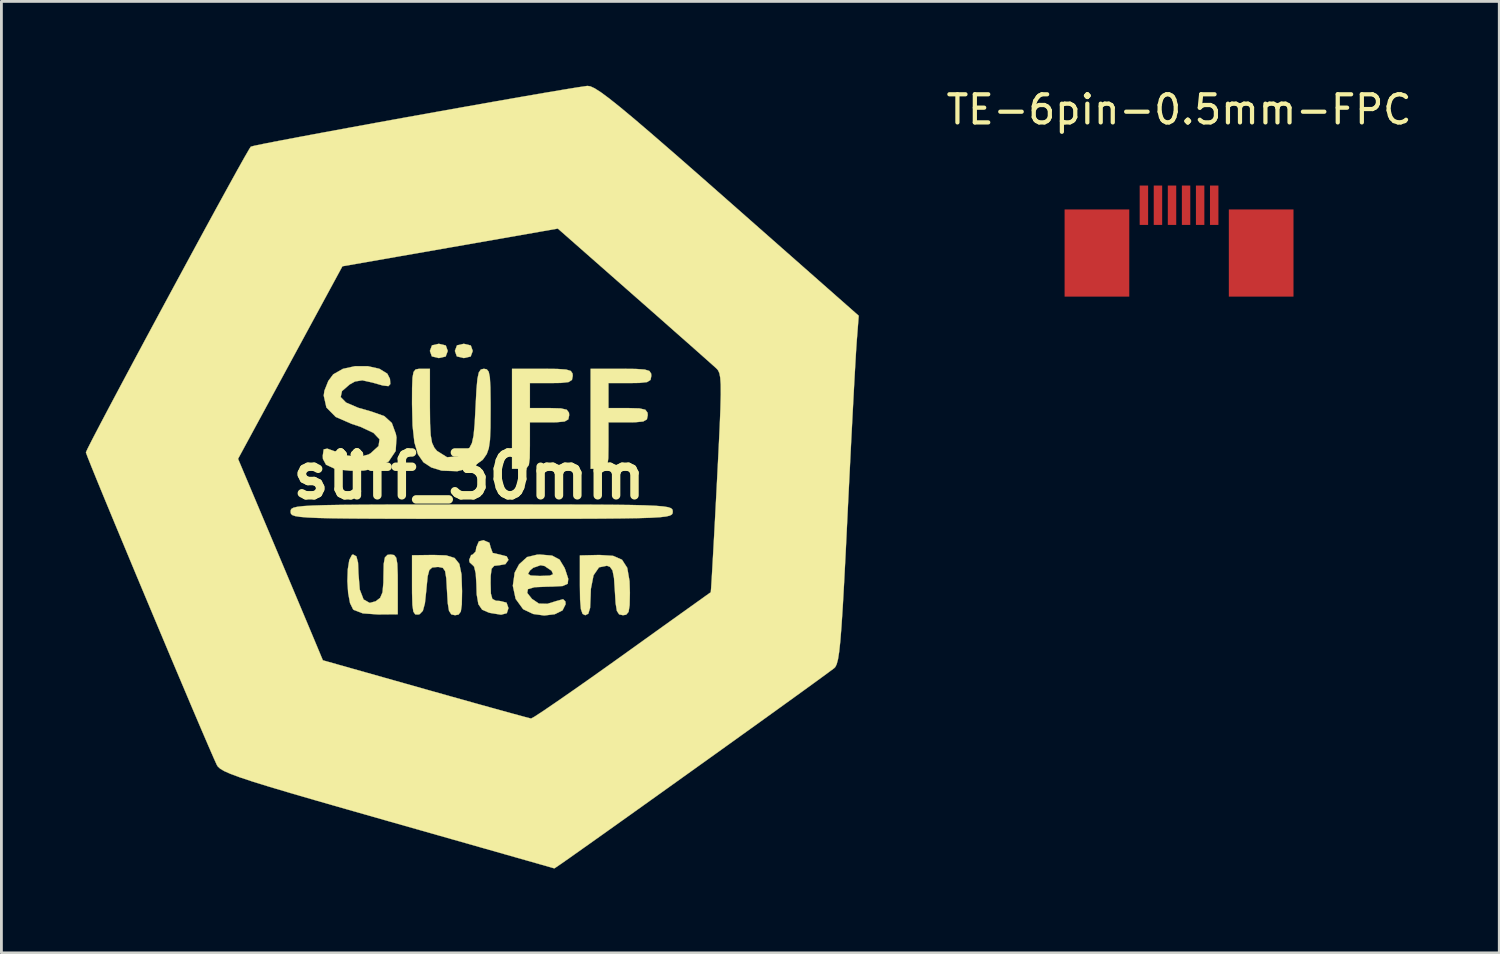
<source format=kicad_pcb>
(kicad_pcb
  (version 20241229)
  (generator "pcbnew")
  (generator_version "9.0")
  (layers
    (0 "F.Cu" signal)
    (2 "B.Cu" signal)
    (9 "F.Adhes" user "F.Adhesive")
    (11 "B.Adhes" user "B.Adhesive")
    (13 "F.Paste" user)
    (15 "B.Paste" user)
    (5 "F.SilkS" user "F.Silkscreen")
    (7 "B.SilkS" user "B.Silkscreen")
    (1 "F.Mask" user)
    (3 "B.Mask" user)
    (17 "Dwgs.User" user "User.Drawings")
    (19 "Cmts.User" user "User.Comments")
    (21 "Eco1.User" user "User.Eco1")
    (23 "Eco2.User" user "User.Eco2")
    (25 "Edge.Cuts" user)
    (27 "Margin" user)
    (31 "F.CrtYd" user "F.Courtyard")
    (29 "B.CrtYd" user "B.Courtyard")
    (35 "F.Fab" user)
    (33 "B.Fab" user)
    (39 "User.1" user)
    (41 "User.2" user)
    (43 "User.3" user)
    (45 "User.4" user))
  (footprint "süff_30mm"
    (layer "F.Cu")
    (at 13.634 13.874)
    (property "Reference" "süff_30mm" (at 0 0 0) (layer "F.SilkS") (effects (font (size 1.524 1.524) (thickness 0.3))))
    (attr through_hole)
    (fp_poly (pts (xy 9 -3.6) (xy 8.6 4) (xy 2.2 8.6) (xy -5.2 6.6) (xy -8.2 -0.6) (xy -4.4 -7.4) (xy 3.2 -8.8)) (stroke (width 0.1) (type solid)) (fill yes) (layer "F.Mask"))
    (fp_poly (pts (xy -0.831 -4.639) (xy -0.762 -4.445) (xy -0.836 -4.246) (xy -1.079 -4.191) (xy -1.328 -4.251) (xy -1.397 -4.445) (xy -1.323 -4.644) (xy -1.079 -4.699) (xy -0.831 -4.639)) (stroke (width 0.01) (type solid)) (fill yes) (layer "F.SilkS"))
    (fp_poly (pts (xy 0.058 -4.639) (xy 0.127 -4.445) (xy 0.053 -4.246) (xy -0.191 -4.191) (xy -0.439 -4.251) (xy -0.508 -4.445) (xy -0.434 -4.644) (xy -0.191 -4.699) (xy 0.058 -4.639)) (stroke (width 0.01) (type solid)) (fill yes) (layer "F.SilkS"))
    (fp_poly (pts (xy 3.128 -3.805) (xy 3.449 -3.783) (xy 3.615 -3.732) (xy 3.676 -3.641) (xy 3.683 -3.556) (xy 3.655 -3.414) (xy 3.533 -3.337) (xy 3.259 -3.307) (xy 2.921 -3.302) (xy 2.159 -3.302) (xy 2.159 -2.413) (xy 2.857 -2.413) (xy 3.261 -2.402) (xy 3.471 -2.354) (xy 3.549 -2.248) (xy 3.556 -2.159) (xy 3.526 -2.012) (xy 3.395 -1.936) (xy 3.103 -1.908) (xy 2.857 -1.905) (xy 2.159 -1.905) (xy 2.159 -1.079) (xy 2.153 -0.636) (xy 2.122 -0.389) (xy 2.043 -0.281) (xy 1.893 -0.254) (xy 1.841 -0.254) (xy 1.524 -0.254) (xy 1.524 -3.81) (xy 2.603 -3.81) (xy 3.128 -3.805)) (stroke (width 0.01) (type solid)) (fill yes) (layer "F.SilkS"))
    (fp_poly (pts (xy 5.115 2.841) (xy 5.435 2.98) (xy 5.621 3.268) (xy 5.703 3.742) (xy 5.715 4.156) (xy 5.706 4.594) (xy 5.668 4.835) (xy 5.583 4.935) (xy 5.467 4.953) (xy 5.332 4.923) (xy 5.252 4.799) (xy 5.207 4.524) (xy 5.181 4.097) (xy 5.15 3.631) (xy 5.097 3.362) (xy 5.005 3.233) (xy 4.898 3.194) (xy 4.617 3.251) (xy 4.423 3.532) (xy 4.327 4.02) (xy 4.318 4.279) (xy 4.3 4.692) (xy 4.236 4.9) (xy 4.128 4.953) (xy 4.032 4.906) (xy 3.973 4.737) (xy 3.944 4.401) (xy 3.937 3.89) (xy 3.937 2.827) (xy 4.629 2.811) (xy 5.115 2.841)) (stroke (width 0.01) (type solid)) (fill yes) (layer "F.SilkS"))
    (fp_poly (pts (xy 5.922 -3.805) (xy 6.243 -3.783) (xy 6.409 -3.732) (xy 6.47 -3.641) (xy 6.477 -3.556) (xy 6.449 -3.414) (xy 6.327 -3.337) (xy 6.053 -3.307) (xy 5.715 -3.302) (xy 4.953 -3.302) (xy 4.953 -2.413) (xy 5.652 -2.413) (xy 6.055 -2.402) (xy 6.265 -2.354) (xy 6.343 -2.248) (xy 6.35 -2.159) (xy 6.32 -2.012) (xy 6.189 -1.936) (xy 5.897 -1.908) (xy 5.652 -1.905) (xy 4.953 -1.905) (xy 4.953 -1.079) (xy 4.947 -0.636) (xy 4.916 -0.389) (xy 4.837 -0.281) (xy 4.687 -0.254) (xy 4.636 -0.254) (xy 4.318 -0.254) (xy 4.318 -3.81) (xy 5.397 -3.81) (xy 5.922 -3.805)) (stroke (width 0.01) (type solid)) (fill yes) (layer "F.SilkS"))
    (fp_poly (pts (xy -2.67 2.814) (xy -2.594 2.909) (xy -2.555 3.127) (xy -2.541 3.52) (xy -2.54 3.857) (xy -2.54 4.92) (xy -3.24 4.926) (xy -3.78 4.888) (xy -4.102 4.766) (xy -4.129 4.743) (xy -4.237 4.522) (xy -4.304 4.163) (xy -4.331 3.739) (xy -4.317 3.324) (xy -4.263 2.989) (xy -4.168 2.808) (xy -4.128 2.794) (xy -4.011 2.859) (xy -3.952 3.084) (xy -3.937 3.468) (xy -3.891 4.041) (xy -3.755 4.393) (xy -3.536 4.516) (xy -3.324 4.457) (xy -3.166 4.335) (xy -3.082 4.139) (xy -3.051 3.797) (xy -3.048 3.552) (xy -3.039 3.127) (xy -2.997 2.899) (xy -2.905 2.807) (xy -2.794 2.794) (xy -2.67 2.814)) (stroke (width 0.01) (type solid)) (fill yes) (layer "F.SilkS"))
    (fp_poly (pts (xy -0.816 2.826) (xy -0.52 2.917) (xy -0.35 3.127) (xy -0.273 3.501) (xy -0.254 4.081) (xy -0.254 4.119) (xy -0.262 4.569) (xy -0.297 4.821) (xy -0.376 4.93) (xy -0.502 4.953) (xy -0.636 4.924) (xy -0.717 4.799) (xy -0.762 4.524) (xy -0.788 4.096) (xy -0.814 3.641) (xy -0.856 3.385) (xy -0.938 3.269) (xy -1.084 3.239) (xy -1.143 3.239) (xy -1.315 3.256) (xy -1.417 3.347) (xy -1.476 3.568) (xy -1.517 3.977) (xy -1.524 4.063) (xy -1.574 4.53) (xy -1.647 4.797) (xy -1.759 4.914) (xy -1.81 4.929) (xy -1.918 4.924) (xy -1.985 4.826) (xy -2.019 4.588) (xy -2.031 4.164) (xy -2.032 3.896) (xy -2.032 2.821) (xy -1.273 2.811) (xy -0.816 2.826)) (stroke (width 0.01) (type solid)) (fill yes) (layer "F.SilkS"))
    (fp_poly (pts (xy 0.72 2.376) (xy 0.762 2.54) (xy 0.836 2.739) (xy 1.079 2.794) (xy 1.335 2.86) (xy 1.397 2.985) (xy 1.287 3.138) (xy 1.079 3.175) (xy 0.891 3.196) (xy 0.797 3.301) (xy 0.765 3.555) (xy 0.762 3.81) (xy 0.772 4.187) (xy 0.825 4.375) (xy 0.952 4.439) (xy 1.079 4.445) (xy 1.328 4.505) (xy 1.397 4.699) (xy 1.338 4.881) (xy 1.135 4.935) (xy 0.747 4.872) (xy 0.699 4.86) (xy 0.462 4.758) (xy 0.327 4.561) (xy 0.267 4.212) (xy 0.256 3.842) (xy 0.233 3.469) (xy 0.176 3.227) (xy 0.127 3.175) (xy 0.014 3.072) (xy 0 2.985) (xy 0.069 2.815) (xy 0.127 2.794) (xy 0.23 2.688) (xy 0.254 2.54) (xy 0.344 2.328) (xy 0.508 2.286) (xy 0.72 2.376)) (stroke (width 0.01) (type solid)) (fill yes) (layer "F.SilkS"))
    (fp_poly (pts (xy 2.949 2.833) (xy 3.213 2.974) (xy 3.39 3.266) (xy 3.421 3.345) (xy 3.523 3.658) (xy 3.504 3.835) (xy 3.323 3.915) (xy 2.939 3.936) (xy 2.794 3.937) (xy 2.325 3.957) (xy 2.088 4.026) (xy 2.065 4.161) (xy 2.232 4.372) (xy 2.48 4.54) (xy 2.781 4.547) (xy 3.103 4.448) (xy 3.339 4.384) (xy 3.422 4.465) (xy 3.429 4.562) (xy 3.32 4.781) (xy 3.042 4.918) (xy 2.669 4.963) (xy 2.275 4.909) (xy 1.933 4.747) (xy 1.911 4.729) (xy 1.652 4.372) (xy 1.552 3.907) (xy 1.612 3.484) (xy 2.093 3.484) (xy 2.188 3.541) (xy 2.487 3.556) (xy 2.54 3.556) (xy 2.867 3.544) (xy 2.984 3.494) (xy 2.936 3.384) (xy 2.921 3.365) (xy 2.679 3.203) (xy 2.54 3.175) (xy 2.274 3.267) (xy 2.159 3.365) (xy 2.093 3.484) (xy 1.612 3.484) (xy 1.62 3.434) (xy 1.775 3.143) (xy 2.06 2.884) (xy 2.423 2.798) (xy 2.517 2.796) (xy 2.949 2.833)) (stroke (width 0.01) (type solid)) (fill yes) (layer "F.SilkS"))
    (fp_poly (pts (xy -1.397 -2.477) (xy -1.391 -1.862) (xy -1.368 -1.447) (xy -1.32 -1.178) (xy -1.236 -0.999) (xy -1.143 -0.889) (xy -0.786 -0.665) (xy -0.407 -0.694) (xy -0.121 -0.868) (xy 0.009 -0.997) (xy 0.098 -1.168) (xy 0.156 -1.435) (xy 0.195 -1.849) (xy 0.227 -2.456) (xy 0.258 -3.059) (xy 0.293 -3.452) (xy 0.342 -3.679) (xy 0.414 -3.784) (xy 0.519 -3.81) (xy 0.525 -3.81) (xy 0.627 -3.79) (xy 0.695 -3.703) (xy 0.735 -3.506) (xy 0.755 -3.156) (xy 0.762 -2.609) (xy 0.762 -2.357) (xy 0.758 -1.718) (xy 0.74 -1.279) (xy 0.698 -0.985) (xy 0.626 -0.781) (xy 0.512 -0.614) (xy 0.472 -0.566) (xy 0.091 -0.298) (xy -0.422 -0.168) (xy -0.976 -0.188) (xy -1.348 -0.302) (xy -1.627 -0.486) (xy -1.823 -0.77) (xy -1.948 -1.193) (xy -2.014 -1.792) (xy -2.032 -2.559) (xy -2.03 -3.13) (xy -2.016 -3.494) (xy -1.978 -3.697) (xy -1.905 -3.787) (xy -1.784 -3.809) (xy -1.714 -3.81) (xy -1.397 -3.81) (xy -1.397 -2.477)) (stroke (width 0.01) (type solid)) (fill yes) (layer "F.SilkS"))
    (fp_poly (pts (xy -3.602 -3.902) (xy -3.197 -3.812) (xy -2.911 -3.637) (xy -2.817 -3.453) (xy -2.804 -3.267) (xy -2.872 -3.193) (xy -3.077 -3.217) (xy -3.44 -3.32) (xy -3.801 -3.4) (xy -4.06 -3.358) (xy -4.249 -3.254) (xy -4.523 -3.016) (xy -4.569 -2.804) (xy -4.379 -2.61) (xy -3.947 -2.424) (xy -3.476 -2.289) (xy -3.018 -2.127) (xy -2.75 -1.883) (xy -2.607 -1.492) (xy -2.584 -1.367) (xy -2.614 -0.886) (xy -2.862 -0.516) (xy -3.309 -0.274) (xy -3.747 -0.191) (xy -4.217 -0.184) (xy -4.657 -0.23) (xy -4.794 -0.262) (xy -5.09 -0.398) (xy -5.2 -0.603) (xy -5.207 -0.716) (xy -5.174 -0.944) (xy -5.046 -0.971) (xy -4.985 -0.949) (xy -4.384 -0.733) (xy -3.933 -0.672) (xy -3.583 -0.76) (xy -3.505 -0.806) (xy -3.223 -1.062) (xy -3.188 -1.303) (xy -3.402 -1.53) (xy -3.868 -1.748) (xy -4.175 -1.849) (xy -4.745 -2.097) (xy -5.077 -2.433) (xy -5.172 -2.857) (xy -5.148 -3.03) (xy -5.01 -3.377) (xy -4.835 -3.612) (xy -4.491 -3.808) (xy -4.057 -3.903) (xy -3.602 -3.902)) (stroke (width 0.01) (type solid)) (fill yes) (layer "F.SilkS"))
    (fp_poly (pts (xy 1.93 1.016) (xy 3.181 1.017) (xy 4.219 1.02) (xy 5.063 1.025) (xy 5.732 1.033) (xy 6.249 1.045) (xy 6.631 1.062) (xy 6.9 1.084) (xy 7.075 1.112) (xy 7.176 1.147) (xy 7.224 1.19) (xy 7.238 1.241) (xy 7.239 1.27) (xy 7.234 1.326) (xy 7.206 1.372) (xy 7.134 1.411) (xy 6.999 1.443) (xy 6.781 1.468) (xy 6.459 1.487) (xy 6.014 1.501) (xy 5.425 1.511) (xy 4.672 1.518) (xy 3.736 1.522) (xy 2.596 1.523) (xy 1.233 1.524) (xy 0.445 1.524) (xy -1.041 1.524) (xy -2.292 1.523) (xy -3.33 1.52) (xy -4.174 1.515) (xy -4.843 1.507) (xy -5.36 1.495) (xy -5.742 1.478) (xy -6.011 1.456) (xy -6.186 1.428) (xy -6.287 1.393) (xy -6.335 1.35) (xy -6.349 1.299) (xy -6.35 1.27) (xy -6.345 1.214) (xy -6.317 1.168) (xy -6.245 1.129) (xy -6.11 1.097) (xy -5.892 1.072) (xy -5.57 1.053) (xy -5.125 1.039) (xy -4.536 1.029) (xy -3.783 1.022) (xy -2.847 1.018) (xy -1.707 1.017) (xy -0.344 1.016) (xy 0.445 1.016) (xy 1.93 1.016)) (stroke (width 0.01) (type solid)) (fill yes) (layer "F.SilkS"))
    (fp_poly (pts (xy 4.309 -13.854) (xy 4.462 -13.784) (xy 4.68 -13.645) (xy 4.98 -13.423) (xy 5.376 -13.107) (xy 5.884 -12.684) (xy 6.52 -12.14) (xy 7.301 -11.463) (xy 8.24 -10.641) (xy 9.194 -9.801) (xy 13.852 -5.696) (xy 13.781 -4.785) (xy 13.759 -4.459) (xy 13.727 -3.912) (xy 13.686 -3.176) (xy 13.639 -2.286) (xy 13.586 -1.272) (xy 13.531 -0.169) (xy 13.473 0.991) (xy 13.453 1.397) (xy 13.389 2.708) (xy 13.333 3.788) (xy 13.284 4.659) (xy 13.239 5.345) (xy 13.198 5.869) (xy 13.157 6.253) (xy 13.115 6.52) (xy 13.069 6.693) (xy 13.019 6.795) (xy 12.98 6.835) (xy 12.764 6.996) (xy 12.38 7.277) (xy 11.853 7.659) (xy 11.207 8.125) (xy 10.467 8.658) (xy 9.656 9.24) (xy 8.8 9.854) (xy 7.922 10.482) (xy 7.047 11.108) (xy 6.2 11.713) (xy 5.403 12.281) (xy 4.683 12.794) (xy 4.062 13.234) (xy 3.566 13.585) (xy 3.218 13.828) (xy 3.044 13.946) (xy 3.028 13.955) (xy 2.901 13.918) (xy 2.553 13.819) (xy 2.009 13.664) (xy 1.291 13.46) (xy 0.424 13.213) (xy -0.568 12.931) (xy -1.662 12.62) (xy -2.835 12.287) (xy -2.921 12.262) (xy -4.286 11.873) (xy -5.427 11.546) (xy -6.364 11.274) (xy -7.118 11.049) (xy -7.709 10.866) (xy -8.157 10.717) (xy -8.484 10.596) (xy -8.71 10.496) (xy -8.854 10.411) (xy -8.939 10.333) (xy -8.974 10.277) (xy -9.088 10.024) (xy -9.281 9.58) (xy -9.541 8.975) (xy -9.856 8.236) (xy -10.213 7.391) (xy -10.603 6.469) (xy -11.011 5.497) (xy -11.428 4.504) (xy -11.841 3.518) (xy -12.237 2.566) (xy -12.607 1.678) (xy -12.937 0.881) (xy -13.216 0.203) (xy -13.432 -0.328) (xy -13.543 -0.608) (xy -8.219 -0.608) (xy -7.086 2.077) (xy -6.734 2.911) (xy -6.392 3.723) (xy -6.079 4.466) (xy -5.817 5.09) (xy -5.625 5.547) (xy -5.578 5.659) (xy -5.203 6.556) (xy -1.554 7.587) (xy -0.631 7.847) (xy 0.212 8.083) (xy 0.946 8.287) (xy 1.54 8.451) (xy 1.961 8.565) (xy 2.179 8.622) (xy 2.201 8.627) (xy 2.327 8.558) (xy 2.633 8.358) (xy 3.092 8.045) (xy 3.679 7.638) (xy 4.367 7.155) (xy 5.131 6.612) (xy 5.44 6.391) (xy 6.221 5.831) (xy 6.933 5.321) (xy 7.549 4.88) (xy 8.045 4.526) (xy 8.394 4.276) (xy 8.573 4.149) (xy 8.591 4.137) (xy 8.602 4.013) (xy 8.624 3.666) (xy 8.655 3.127) (xy 8.694 2.427) (xy 8.739 1.596) (xy 8.788 0.666) (xy 8.809 0.254) (xy 8.865 -0.842) (xy 8.907 -1.713) (xy 8.934 -2.385) (xy 8.947 -2.888) (xy 8.945 -3.248) (xy 8.928 -3.494) (xy 8.897 -3.653) (xy 8.851 -3.754) (xy 8.791 -3.823) (xy 8.641 -3.958) (xy 8.327 -4.237) (xy 7.876 -4.637) (xy 7.313 -5.133) (xy 6.667 -5.704) (xy 5.962 -6.324) (xy 5.862 -6.412) (xy 3.152 -8.796) (xy -0.678 -8.125) (xy -4.508 -7.455) (xy -6.364 -4.031) (xy -8.219 -0.608) (xy -13.543 -0.608) (xy -13.573 -0.683) (xy -13.628 -0.834) (xy -13.629 -0.836) (xy -13.571 -0.967) (xy -13.405 -1.294) (xy -13.146 -1.791) (xy -12.809 -2.431) (xy -12.407 -3.187) (xy -11.955 -4.034) (xy -11.467 -4.945) (xy -10.957 -5.892) (xy -10.44 -6.85) (xy -9.93 -7.792) (xy -9.442 -8.692) (xy -8.989 -9.523) (xy -8.586 -10.257) (xy -8.248 -10.87) (xy -7.988 -11.334) (xy -7.821 -11.622) (xy -7.766 -11.708) (xy -7.633 -11.743) (xy -7.279 -11.816) (xy -6.734 -11.922) (xy -6.029 -12.056) (xy -5.192 -12.212) (xy -4.254 -12.385) (xy -3.244 -12.57) (xy -2.192 -12.761) (xy -1.127 -12.952) (xy -0.08 -13.139) (xy 0.92 -13.316) (xy 1.844 -13.478) (xy 2.66 -13.619) (xy 3.341 -13.734) (xy 3.855 -13.818) (xy 4.174 -13.865) (xy 4.205 -13.869) (xy 4.309 -13.854)) (stroke (width 0.01) (type solid)) (fill yes) (layer "F.SilkS")))
  (footprint "TE-6pin-0.5mm-FPC"
    (layer "F.Cu")
    (at 38.877 4.948)
    (property "Reference" "TE-6pin-0.5mm-FPC" (at 0 -4.1 0) (layer "F.SilkS") (effects (font (size 1 1) (thickness 0.15))))
    (attr through_hole)
    (pad "" connect rect (at -2.92 1) (size 2.3 3.1) (layers "F.Cu" "F.Mask"))
    (pad "" connect rect (at 2.92 1) (size 2.3 3.1) (layers "F.Cu" "F.Mask"))
    (pad "1" smd rect (at 1.25 -0.7) (size 0.3 1.4) (layers "F.Cu" "F.Mask" "F.Paste"))
    (pad "2" smd rect (at 0.75 -0.7) (size 0.3 1.4) (layers "F.Cu" "F.Mask" "F.Paste"))
    (pad "3" smd rect (at 0.25 -0.7) (size 0.3 1.4) (layers "F.Cu" "F.Mask" "F.Paste"))
    (pad "4" smd rect (at -0.25 -0.7) (size 0.3 1.4) (layers "F.Cu" "F.Mask" "F.Paste"))
    (pad "5" smd rect (at -0.75 -0.7) (size 0.3 1.4) (layers "F.Cu" "F.Mask" "F.Paste"))
    (pad "6" smd rect (at -1.25 -0.7) (size 0.3 1.4) (layers "F.Cu" "F.Mask" "F.Paste")))
  (gr_rect
    (start -3 -3)
    (end 50.264 30.834)
    (stroke (width 0.1) (type default))
    (fill no)
    (layer "Edge.Cuts")))
</source>
